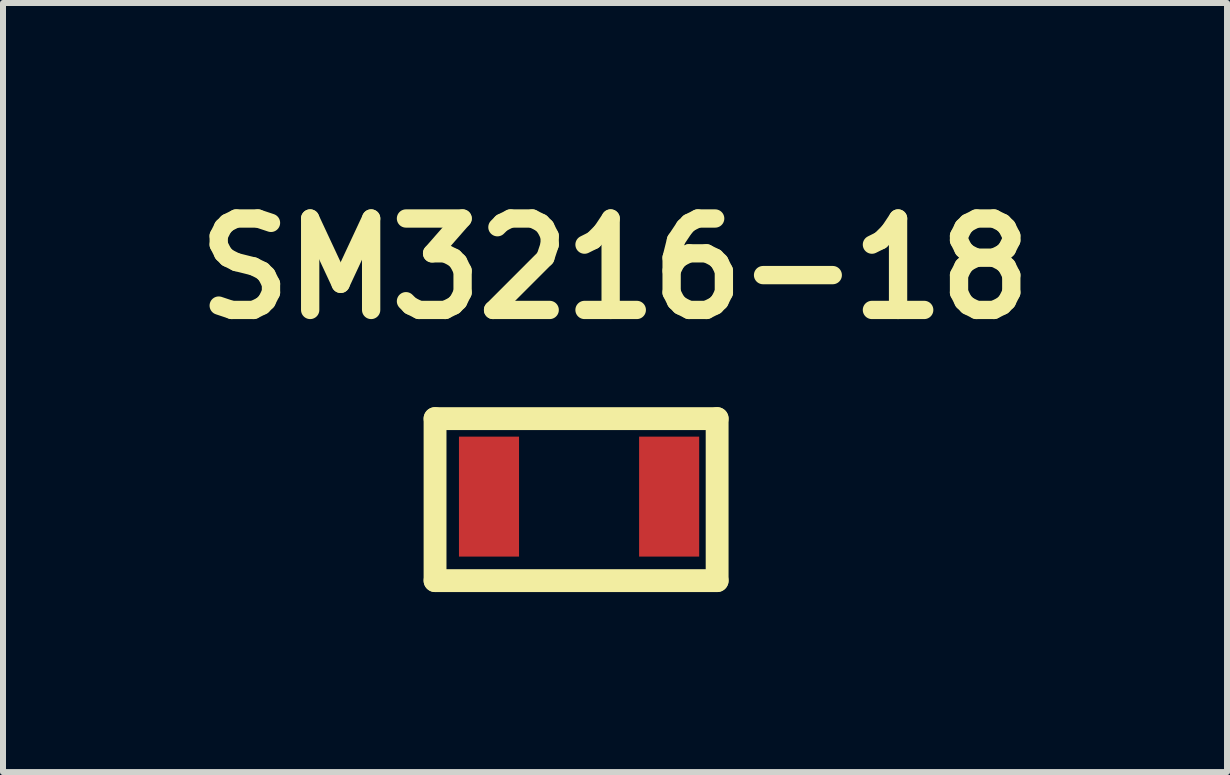
<source format=kicad_pcb>
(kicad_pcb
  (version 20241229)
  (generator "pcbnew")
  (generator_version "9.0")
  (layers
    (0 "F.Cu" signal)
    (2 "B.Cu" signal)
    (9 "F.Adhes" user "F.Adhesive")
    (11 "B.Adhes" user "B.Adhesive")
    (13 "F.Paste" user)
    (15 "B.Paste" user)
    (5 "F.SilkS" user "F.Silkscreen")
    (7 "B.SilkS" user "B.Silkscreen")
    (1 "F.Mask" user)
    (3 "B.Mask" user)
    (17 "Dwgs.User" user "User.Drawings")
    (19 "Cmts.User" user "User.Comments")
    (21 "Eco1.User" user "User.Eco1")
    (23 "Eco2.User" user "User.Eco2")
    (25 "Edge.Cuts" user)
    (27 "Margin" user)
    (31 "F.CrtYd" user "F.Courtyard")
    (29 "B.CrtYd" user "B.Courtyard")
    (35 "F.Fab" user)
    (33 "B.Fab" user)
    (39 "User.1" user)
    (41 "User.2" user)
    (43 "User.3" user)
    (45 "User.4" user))
  (footprint "SM3216-18"
    (layer "F.Cu")
    (at 6.6 5.226)
    (property "Reference" "SM3216-18" (at 0.599 -3.8 0) (layer "F.SilkS") (effects (font (size 1.524 1.524) (thickness 0.305))))
    (attr through_hole)
    (fp_line (start -2.4 -1.3) (end 2.301 -1.3) (stroke (width 0.381) (type solid)) (layer "F.SilkS"))
    (fp_line (start -2.4 1.4) (end -2.4 -1.3) (stroke (width 0.381) (type solid)) (layer "F.SilkS"))
    (fp_line (start -2.4 1.4) (end 2.301 1.4) (stroke (width 0.381) (type solid)) (layer "F.SilkS"))
    (fp_line (start 2.301 -1.3) (end 2.301 1.4) (stroke (width 0.381) (type solid)) (layer "F.SilkS"))
    (pad "1" smd rect (at -1.501 0) (size 1.001 1.999) (layers "F.Cu" "F.Mask" "F.Paste"))
    (pad "2" smd rect (at 1.501 0) (size 1.001 1.999) (layers "F.Cu" "F.Mask" "F.Paste")))
  (gr_rect
    (start -3 -3)
    (end 17.398 9.816)
    (stroke (width 0.1) (type default))
    (fill no)
    (layer "Edge.Cuts")))
</source>
